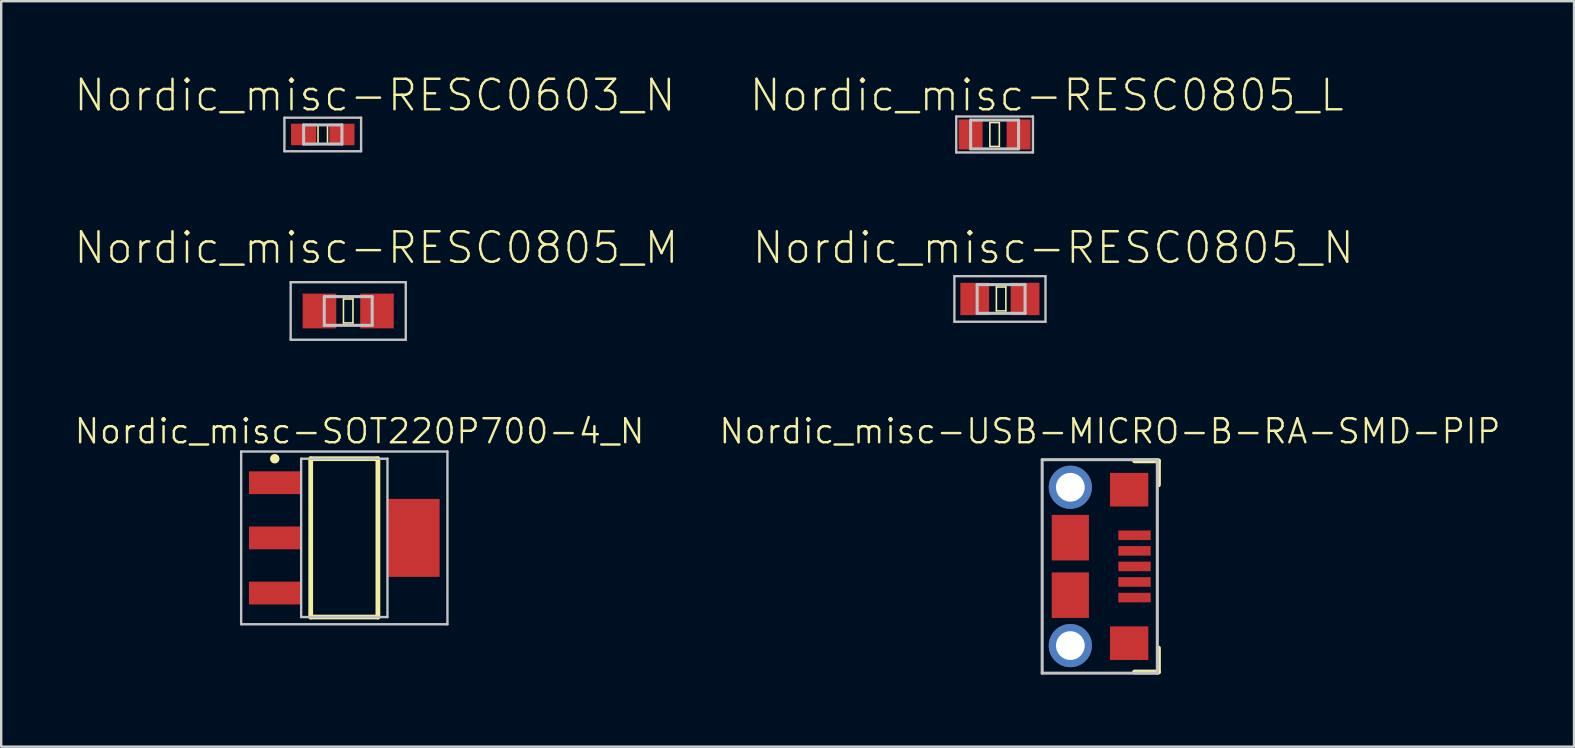
<source format=kicad_pcb>
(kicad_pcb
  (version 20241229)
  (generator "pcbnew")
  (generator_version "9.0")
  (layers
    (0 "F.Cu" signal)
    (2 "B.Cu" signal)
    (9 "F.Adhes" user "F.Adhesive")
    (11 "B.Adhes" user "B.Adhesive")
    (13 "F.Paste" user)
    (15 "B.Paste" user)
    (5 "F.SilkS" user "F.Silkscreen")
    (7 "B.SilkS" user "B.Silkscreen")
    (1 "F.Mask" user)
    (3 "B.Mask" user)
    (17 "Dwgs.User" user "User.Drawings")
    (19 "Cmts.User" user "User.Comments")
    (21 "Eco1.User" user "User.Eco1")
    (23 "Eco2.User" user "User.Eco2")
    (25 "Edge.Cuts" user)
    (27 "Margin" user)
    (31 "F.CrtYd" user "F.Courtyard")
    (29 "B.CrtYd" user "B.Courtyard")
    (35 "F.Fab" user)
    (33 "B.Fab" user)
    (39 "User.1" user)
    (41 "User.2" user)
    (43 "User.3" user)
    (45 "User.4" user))
  (footprint "Nordic_misc-RESC0603_N"
    (layer "F.Cu")
    (at 10.4 2.554)
    (property "Reference" "Nordic_misc-RESC0603_N" (at 2.174 -1.633 0) (layer "F.SilkS") (effects (font (size 1.27 1.27) (thickness 0.102))))
    (attr smd)
    (fp_line (start -0.198 -0.399) (end 0.198 -0.399) (stroke (width 0.066) (type solid)) (layer "F.SilkS"))
    (fp_line (start -0.198 0.399) (end -0.198 -0.399) (stroke (width 0.066) (type solid)) (layer "F.SilkS"))
    (fp_line (start -0.198 0.399) (end 0.198 0.399) (stroke (width 0.066) (type solid)) (layer "F.SilkS"))
    (fp_line (start 0.198 0.399) (end 0.198 -0.399) (stroke (width 0.066) (type solid)) (layer "F.SilkS"))
    (fp_line (start -1.598 -0.699) (end -1.598 0.699) (stroke (width 0.099) (type solid)) (layer "Dwgs.User"))
    (fp_line (start -1.598 0.699) (end 1.598 0.699) (stroke (width 0.099) (type solid)) (layer "Dwgs.User"))
    (fp_line (start -0.798 -0.399) (end 0.798 -0.399) (stroke (width 0.127) (type solid)) (layer "Dwgs.User"))
    (fp_line (start -0.798 0.399) (end -0.798 -0.399) (stroke (width 0.127) (type solid)) (layer "Dwgs.User"))
    (fp_line (start 0.798 -0.399) (end 0.798 0.399) (stroke (width 0.127) (type solid)) (layer "Dwgs.User"))
    (fp_line (start 0.798 0.399) (end -0.798 0.399) (stroke (width 0.127) (type solid)) (layer "Dwgs.User"))
    (fp_line (start 1.598 -0.699) (end -1.598 -0.699) (stroke (width 0.099) (type solid)) (layer "Dwgs.User"))
    (fp_line (start 1.598 0.699) (end 1.598 -0.699) (stroke (width 0.099) (type solid)) (layer "Dwgs.User"))
    (pad "1" smd rect (at -0.798 0) (size 1.049 0.899) (layers "F.Cu" "F.Mask" "F.Paste"))
    (pad "2" smd rect (at 0.798 0) (size 1.049 0.899) (layers "F.Cu" "F.Mask" "F.Paste")))
  (footprint "Nordic_misc-SOT220P700-4_N"
    (layer "F.Cu")
    (at 11.298 19.365)
    (property "Reference" "Nordic_misc-SOT220P700-4_N" (at 0.635 -4.445 0) (layer "F.SilkS") (effects (font (size 1 1) (thickness 0.102))))
    (attr smd)
    (fp_line (start -1.4 -3.299) (end 1.4 -3.299) (stroke (width 0.198) (type solid)) (layer "F.SilkS"))
    (fp_line (start -1.4 3.299) (end -1.4 -3.299) (stroke (width 0.198) (type solid)) (layer "F.SilkS"))
    (fp_line (start 1.4 -3.299) (end 1.4 3.299) (stroke (width 0.198) (type solid)) (layer "F.SilkS"))
    (fp_line (start 1.4 3.299) (end -1.4 3.299) (stroke (width 0.198) (type solid)) (layer "F.SilkS"))
    (fp_circle (center -2.898 -3.299) (end -2.898 -3.399) (stroke (width 0.198) (type solid)) (fill no) (layer "F.SilkS"))
    (fp_line (start -4.298 -3.599) (end -4.298 3.599) (stroke (width 0.099) (type solid)) (layer "Dwgs.User"))
    (fp_line (start -4.298 3.599) (end 4.298 3.599) (stroke (width 0.099) (type solid)) (layer "Dwgs.User"))
    (fp_line (start -1.798 -3.299) (end -1.798 3.299) (stroke (width 0.099) (type solid)) (layer "Dwgs.User"))
    (fp_line (start -1.798 3.299) (end 1.798 3.299) (stroke (width 0.099) (type solid)) (layer "Dwgs.User"))
    (fp_line (start 1.798 -3.299) (end -1.798 -3.299) (stroke (width 0.099) (type solid)) (layer "Dwgs.User"))
    (fp_line (start 1.798 3.299) (end 1.798 -3.299) (stroke (width 0.099) (type solid)) (layer "Dwgs.User"))
    (fp_line (start 4.298 -3.599) (end -4.298 -3.599) (stroke (width 0.099) (type solid)) (layer "Dwgs.User"))
    (fp_line (start 4.298 3.599) (end 4.298 -3.599) (stroke (width 0.099) (type solid)) (layer "Dwgs.User"))
    (pad "1" smd rect (at -2.898 -2.299 270) (size 0.95 2.149) (layers "F.Cu" "F.Mask" "F.Paste"))
    (pad "2" smd rect (at -2.898 0 270) (size 0.95 2.149) (layers "F.Cu" "F.Mask" "F.Paste"))
    (pad "3" smd rect (at -2.898 2.299 270) (size 0.95 2.149) (layers "F.Cu" "F.Mask" "F.Paste"))
    (pad "4" smd rect (at 2.898 0 270) (size 3.249 2.149) (layers "F.Cu" "F.Mask" "F.Paste")))
  (footprint "Nordic_misc-RESC0805_L"
    (layer "F.Cu")
    (at 38.397 2.554)
    (property "Reference" "Nordic_misc-RESC0805_L" (at 2.174 -1.633 0) (layer "F.SilkS") (effects (font (size 1.27 1.27) (thickness 0.102))))
    (attr smd)
    (fp_line (start -0.198 -0.498) (end 0.198 -0.498) (stroke (width 0.066) (type solid)) (layer "F.SilkS"))
    (fp_line (start -0.198 0.498) (end -0.198 -0.498) (stroke (width 0.066) (type solid)) (layer "F.SilkS"))
    (fp_line (start -0.198 0.498) (end 0.198 0.498) (stroke (width 0.066) (type solid)) (layer "F.SilkS"))
    (fp_line (start 0.198 0.498) (end 0.198 -0.498) (stroke (width 0.066) (type solid)) (layer "F.SilkS"))
    (fp_line (start -1.598 -0.749) (end -1.598 0.749) (stroke (width 0.099) (type solid)) (layer "Dwgs.User"))
    (fp_line (start -1.598 0.749) (end 1.598 0.749) (stroke (width 0.099) (type solid)) (layer "Dwgs.User"))
    (fp_line (start -0.998 -0.599) (end 0.998 -0.599) (stroke (width 0.127) (type solid)) (layer "Dwgs.User"))
    (fp_line (start -0.998 0.599) (end -0.998 -0.599) (stroke (width 0.127) (type solid)) (layer "Dwgs.User"))
    (fp_line (start 0.998 -0.599) (end 0.998 0.599) (stroke (width 0.127) (type solid)) (layer "Dwgs.User"))
    (fp_line (start 0.998 0.599) (end -0.998 0.599) (stroke (width 0.127) (type solid)) (layer "Dwgs.User"))
    (fp_line (start 1.598 -0.749) (end -1.598 -0.749) (stroke (width 0.099) (type solid)) (layer "Dwgs.User"))
    (fp_line (start 1.598 0.749) (end 1.598 -0.749) (stroke (width 0.099) (type solid)) (layer "Dwgs.User"))
    (pad "1" smd rect (at -0.998 0) (size 0.998 1.25) (layers "F.Cu" "F.Mask" "F.Paste"))
    (pad "2" smd rect (at 0.998 0) (size 0.998 1.25) (layers "F.Cu" "F.Mask" "F.Paste")))
  (footprint "Nordic_misc-RESC0805_M"
    (layer "F.Cu")
    (at 11.461 9.909)
    (property "Reference" "Nordic_misc-RESC0805_M" (at 1.173 -2.634 0) (layer "F.SilkS") (effects (font (size 1.27 1.27) (thickness 0.102))))
    (attr smd)
    (fp_line (start -0.198 -0.498) (end 0.198 -0.498) (stroke (width 0.066) (type solid)) (layer "F.SilkS"))
    (fp_line (start -0.198 0.498) (end -0.198 -0.498) (stroke (width 0.066) (type solid)) (layer "F.SilkS"))
    (fp_line (start -0.198 0.498) (end 0.198 0.498) (stroke (width 0.066) (type solid)) (layer "F.SilkS"))
    (fp_line (start 0.198 0.498) (end 0.198 -0.498) (stroke (width 0.066) (type solid)) (layer "F.SilkS"))
    (fp_line (start -2.398 -1.199) (end -2.398 1.199) (stroke (width 0.099) (type solid)) (layer "Dwgs.User"))
    (fp_line (start -2.398 1.199) (end 2.398 1.199) (stroke (width 0.099) (type solid)) (layer "Dwgs.User"))
    (fp_line (start -0.998 -0.599) (end 0.998 -0.599) (stroke (width 0.127) (type solid)) (layer "Dwgs.User"))
    (fp_line (start -0.998 0.599) (end -0.998 -0.599) (stroke (width 0.127) (type solid)) (layer "Dwgs.User"))
    (fp_line (start 0.998 -0.599) (end 0.998 0.599) (stroke (width 0.127) (type solid)) (layer "Dwgs.User"))
    (fp_line (start 0.998 0.599) (end -0.998 0.599) (stroke (width 0.127) (type solid)) (layer "Dwgs.User"))
    (fp_line (start 2.398 -1.199) (end -2.398 -1.199) (stroke (width 0.099) (type solid)) (layer "Dwgs.User"))
    (fp_line (start 2.398 1.199) (end 2.398 -1.199) (stroke (width 0.099) (type solid)) (layer "Dwgs.User"))
    (pad "1" smd rect (at -1.199 0) (size 1.4 1.448) (layers "F.Cu" "F.Mask" "F.Paste"))
    (pad "2" smd rect (at 1.199 0) (size 1.4 1.448) (layers "F.Cu" "F.Mask" "F.Paste")))
  (footprint "Nordic_misc-USB-MICRO-B-RA-SMD-PIP"
    (layer "F.Cu")
    (at 44.228 20.554)
    (property "Reference" "Nordic_misc-USB-MICRO-B-RA-SMD-PIP" (at -1.024 -5.634 0) (layer "F.SilkS") (effects (font (size 1 1) (thickness 0.102))))
    (attr smd)
    (fp_line (start 0 -4.399) (end 0.998 -4.399) (stroke (width 0.198) (type solid)) (layer "F.SilkS"))
    (fp_line (start 0.998 -4.399) (end 0.998 -3.399) (stroke (width 0.198) (type solid)) (layer "F.SilkS"))
    (fp_line (start 0.998 4.399) (end 0 4.399) (stroke (width 0.198) (type solid)) (layer "F.SilkS"))
    (fp_line (start 0.998 4.399) (end 0.998 3.399) (stroke (width 0.198) (type solid)) (layer "F.SilkS"))
    (fp_line (start -3.848 -4.448) (end -3.848 4.448) (stroke (width 0.127) (type solid)) (layer "Dwgs.User"))
    (fp_line (start -3.848 4.448) (end 0.95 4.448) (stroke (width 0.127) (type solid)) (layer "Dwgs.User"))
    (fp_line (start 0.95 -4.448) (end -3.848 -4.448) (stroke (width 0.127) (type solid)) (layer "Dwgs.User"))
    (fp_line (start 0.95 4.448) (end 0.95 -4.448) (stroke (width 0.127) (type solid)) (layer "Dwgs.User"))
    (pad "1" smd rect (at 0 -1.298 90) (size 0.399 1.349) (layers "F.Cu" "F.Mask" "F.Paste"))
    (pad "2" smd rect (at 0 -0.648 90) (size 0.399 1.349) (layers "F.Cu" "F.Mask" "F.Paste"))
    (pad "3" smd rect (at 0 0 90) (size 0.399 1.349) (layers "F.Cu" "F.Mask" "F.Paste"))
    (pad "4" smd rect (at 0 0.648 90) (size 0.399 1.349) (layers "F.Cu" "F.Mask" "F.Paste"))
    (pad "5" smd rect (at 0 1.298 90) (size 0.399 1.349) (layers "F.Cu" "F.Mask" "F.Paste"))
    (pad "6" smd rect (at -0.224 -3.198) (size 1.598 1.4) (layers "F.Cu" "F.Mask" "F.Paste"))
    (pad "7" smd rect (at -0.224 3.198) (size 1.598 1.4) (layers "F.Cu" "F.Mask" "F.Paste"))
    (pad "8" smd rect (at -2.675 -1.199) (size 1.549 1.9) (layers "F.Cu" "F.Mask" "F.Paste"))
    (pad "9" smd rect (at -2.675 1.199) (size 1.549 1.9) (layers "F.Cu" "F.Mask" "F.Paste"))
    (pad "10" thru_hole circle (at -2.675 -3.299) (size 1.798 1.798) (drill 1.199) (layers "*.Cu" "*.Paste" "*.Mask"))
    (pad "11" thru_hole circle (at -2.675 3.299) (size 1.798 1.798) (drill 1.199) (layers "*.Cu" "*.Paste" "*.Mask")))
  (footprint "Nordic_misc-RESC0805_N"
    (layer "F.Cu")
    (at 38.669 9.408)
    (property "Reference" "Nordic_misc-RESC0805_N" (at 2.174 -2.134 0) (layer "F.SilkS") (effects (font (size 1.27 1.27) (thickness 0.102))))
    (attr smd)
    (fp_line (start -0.198 -0.498) (end 0.198 -0.498) (stroke (width 0.066) (type solid)) (layer "F.SilkS"))
    (fp_line (start -0.198 0.498) (end -0.198 -0.498) (stroke (width 0.066) (type solid)) (layer "F.SilkS"))
    (fp_line (start -0.198 0.498) (end 0.198 0.498) (stroke (width 0.066) (type solid)) (layer "F.SilkS"))
    (fp_line (start 0.198 0.498) (end 0.198 -0.498) (stroke (width 0.066) (type solid)) (layer "F.SilkS"))
    (fp_line (start -1.948 -0.95) (end -1.948 0.95) (stroke (width 0.099) (type solid)) (layer "Dwgs.User"))
    (fp_line (start -1.948 0.95) (end 1.849 0.95) (stroke (width 0.099) (type solid)) (layer "Dwgs.User"))
    (fp_line (start -0.998 -0.599) (end 0.998 -0.599) (stroke (width 0.127) (type solid)) (layer "Dwgs.User"))
    (fp_line (start -0.998 0.599) (end -0.998 -0.599) (stroke (width 0.127) (type solid)) (layer "Dwgs.User"))
    (fp_line (start 0.998 -0.599) (end 0.998 0.599) (stroke (width 0.127) (type solid)) (layer "Dwgs.User"))
    (fp_line (start 0.998 0.599) (end -0.998 0.599) (stroke (width 0.127) (type solid)) (layer "Dwgs.User"))
    (fp_line (start 1.849 -0.95) (end -1.948 -0.95) (stroke (width 0.099) (type solid)) (layer "Dwgs.User"))
    (fp_line (start 1.849 0.95) (end 1.849 -0.95) (stroke (width 0.099) (type solid)) (layer "Dwgs.User"))
    (pad "1" smd rect (at -1.1 0) (size 1.199 1.349) (layers "F.Cu" "F.Mask" "F.Paste"))
    (pad "2" smd rect (at 0.998 0) (size 1.199 1.349) (layers "F.Cu" "F.Mask" "F.Paste")))
  (gr_rect
    (start -3 -3)
    (end 62.543 28.065)
    (stroke (width 0.1) (type default))
    (fill no)
    (layer "Edge.Cuts")))
</source>
